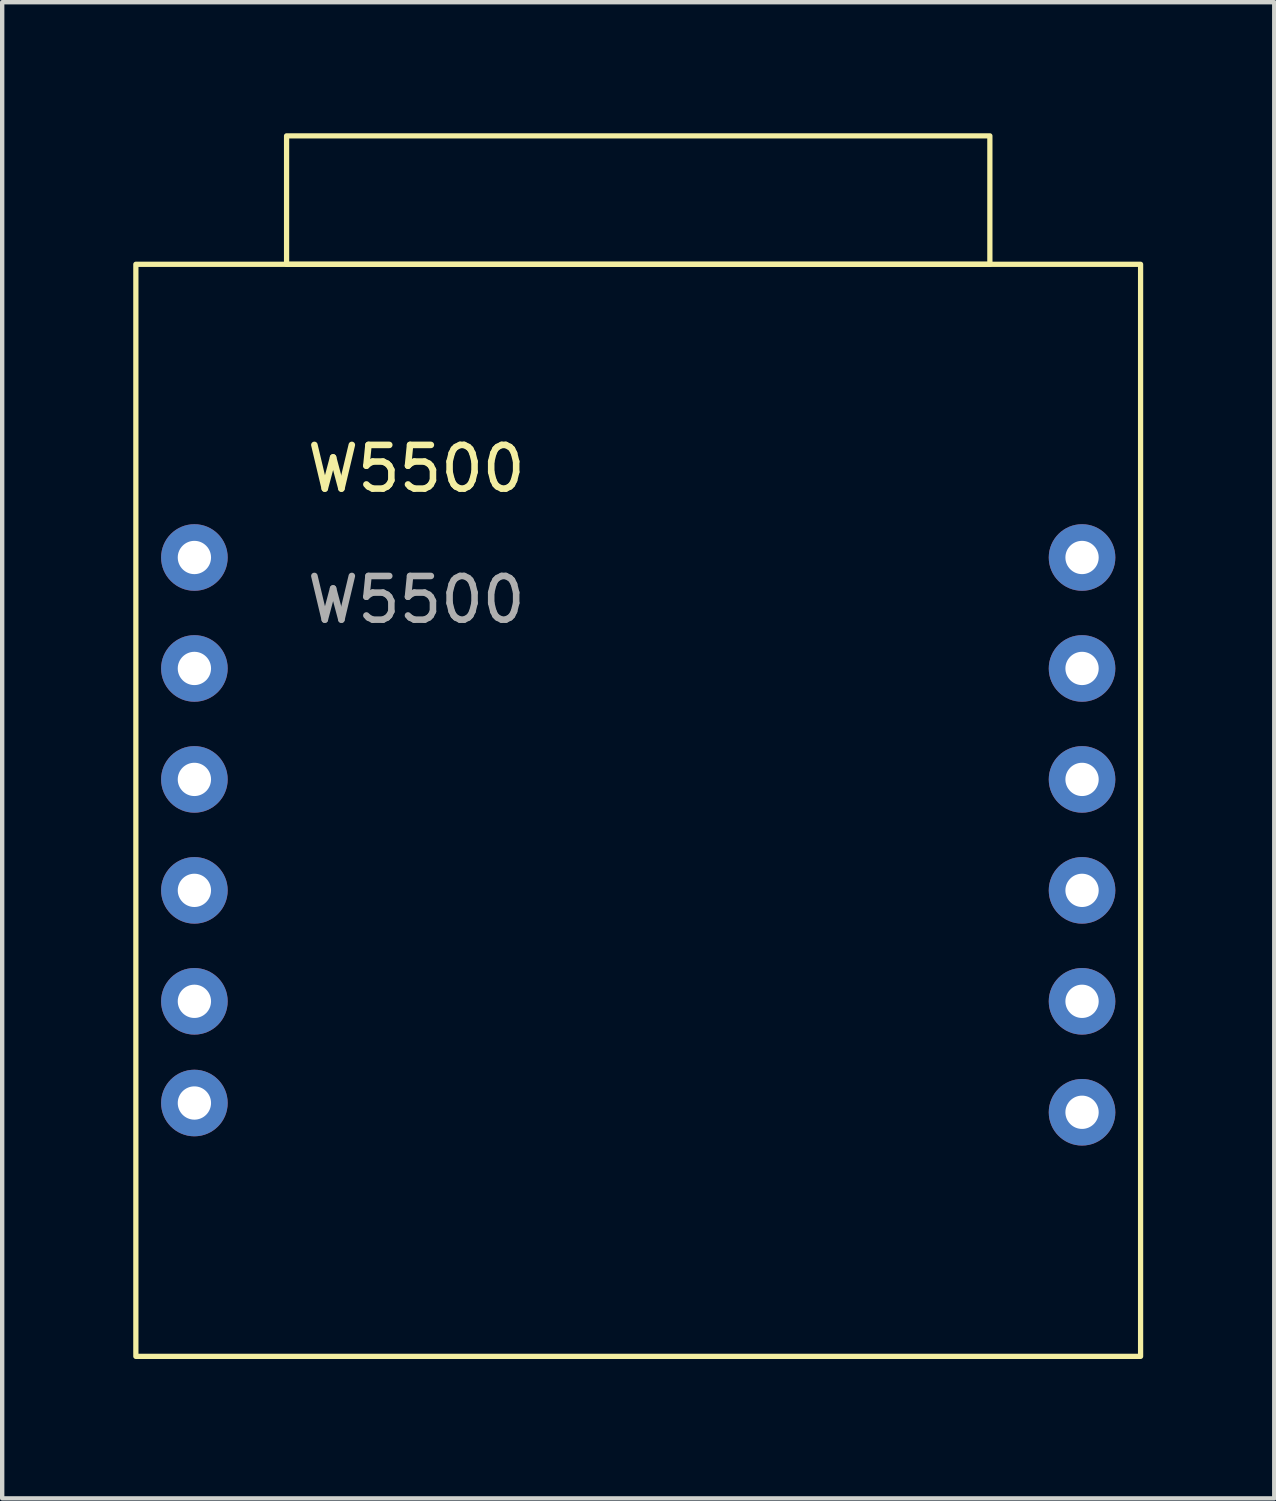
<source format=kicad_pcb>
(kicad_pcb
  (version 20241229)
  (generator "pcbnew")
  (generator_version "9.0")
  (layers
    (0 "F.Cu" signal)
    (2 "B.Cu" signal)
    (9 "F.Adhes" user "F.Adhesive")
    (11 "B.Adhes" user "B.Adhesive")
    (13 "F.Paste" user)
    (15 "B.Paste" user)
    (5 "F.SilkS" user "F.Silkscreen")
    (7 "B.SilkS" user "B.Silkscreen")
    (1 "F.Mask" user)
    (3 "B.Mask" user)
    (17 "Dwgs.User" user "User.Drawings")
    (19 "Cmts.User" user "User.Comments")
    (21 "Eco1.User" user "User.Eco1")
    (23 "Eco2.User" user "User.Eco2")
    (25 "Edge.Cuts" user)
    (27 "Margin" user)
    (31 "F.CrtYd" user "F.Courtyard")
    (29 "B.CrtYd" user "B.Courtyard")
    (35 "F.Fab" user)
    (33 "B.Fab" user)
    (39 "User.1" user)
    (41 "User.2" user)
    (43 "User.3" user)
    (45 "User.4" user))
  (footprint "W5500"
    (layer "F.Cu")
    (at 11.56 28)
    (property "Reference" "W5500" (at -5.08 -20.32 0) (unlocked yes) (layer "F.SilkS") (effects (font (size 1 1) (thickness 0.15))))
    (attr through_hole)
    (fp_rect (start -11.5 0) (end 11.5 -25) (stroke (width 0.12) (type solid)) (fill no) (layer "F.SilkS"))
    (fp_rect (start -8.05 -27.94) (end 8.05 -25) (stroke (width 0.12) (type solid)) (fill no) (layer "F.SilkS"))
    (fp_text user "${REFERENCE}" (at -5.08 -17.32 0) (unlocked yes) (layer "F.Fab") (effects (font (size 1 1) (thickness 0.15))))
    (pad "1" thru_hole circle (at -10.16 -18.288) (size 1.524 1.524) (drill 0.762) (layers "*.Cu" "*.Mask"))
    (pad "2" thru_hole circle (at -10.16 -15.748) (size 1.524 1.524) (drill 0.762) (layers "*.Cu" "*.Mask"))
    (pad "3" thru_hole circle (at -10.16 -13.208) (size 1.524 1.524) (drill 0.762) (layers "*.Cu" "*.Mask"))
    (pad "4" thru_hole circle (at -10.16 -10.668) (size 1.524 1.524) (drill 0.762) (layers "*.Cu" "*.Mask"))
    (pad "5" thru_hole circle (at -10.16 -8.128) (size 1.524 1.524) (drill 0.762) (layers "*.Cu" "*.Mask"))
    (pad "6" thru_hole circle (at -10.16 -5.8) (size 1.524 1.524) (drill 0.762) (layers "*.Cu" "*.Mask"))
    (pad "7" thru_hole circle (at 10.16 -5.588) (size 1.524 1.524) (drill 0.762) (layers "*.Cu" "*.Mask"))
    (pad "8" thru_hole circle (at 10.16 -8.128) (size 1.524 1.524) (drill 0.762) (layers "*.Cu" "*.Mask"))
    (pad "9" thru_hole circle (at 10.16 -10.668) (size 1.524 1.524) (drill 0.762) (layers "*.Cu" "*.Mask"))
    (pad "10" thru_hole circle (at 10.16 -13.208) (size 1.524 1.524) (drill 0.762) (layers "*.Cu" "*.Mask"))
    (pad "11" thru_hole circle (at 10.16 -15.748) (size 1.524 1.524) (drill 0.762) (layers "*.Cu" "*.Mask"))
    (pad "12" thru_hole circle (at 10.16 -18.288) (size 1.524 1.524) (drill 0.762) (layers "*.Cu" "*.Mask")))
  (gr_rect
    (start -3 -3)
    (end 26.12 31.25)
    (stroke (width 0.1) (type default))
    (fill no)
    (layer "Edge.Cuts")))
</source>
